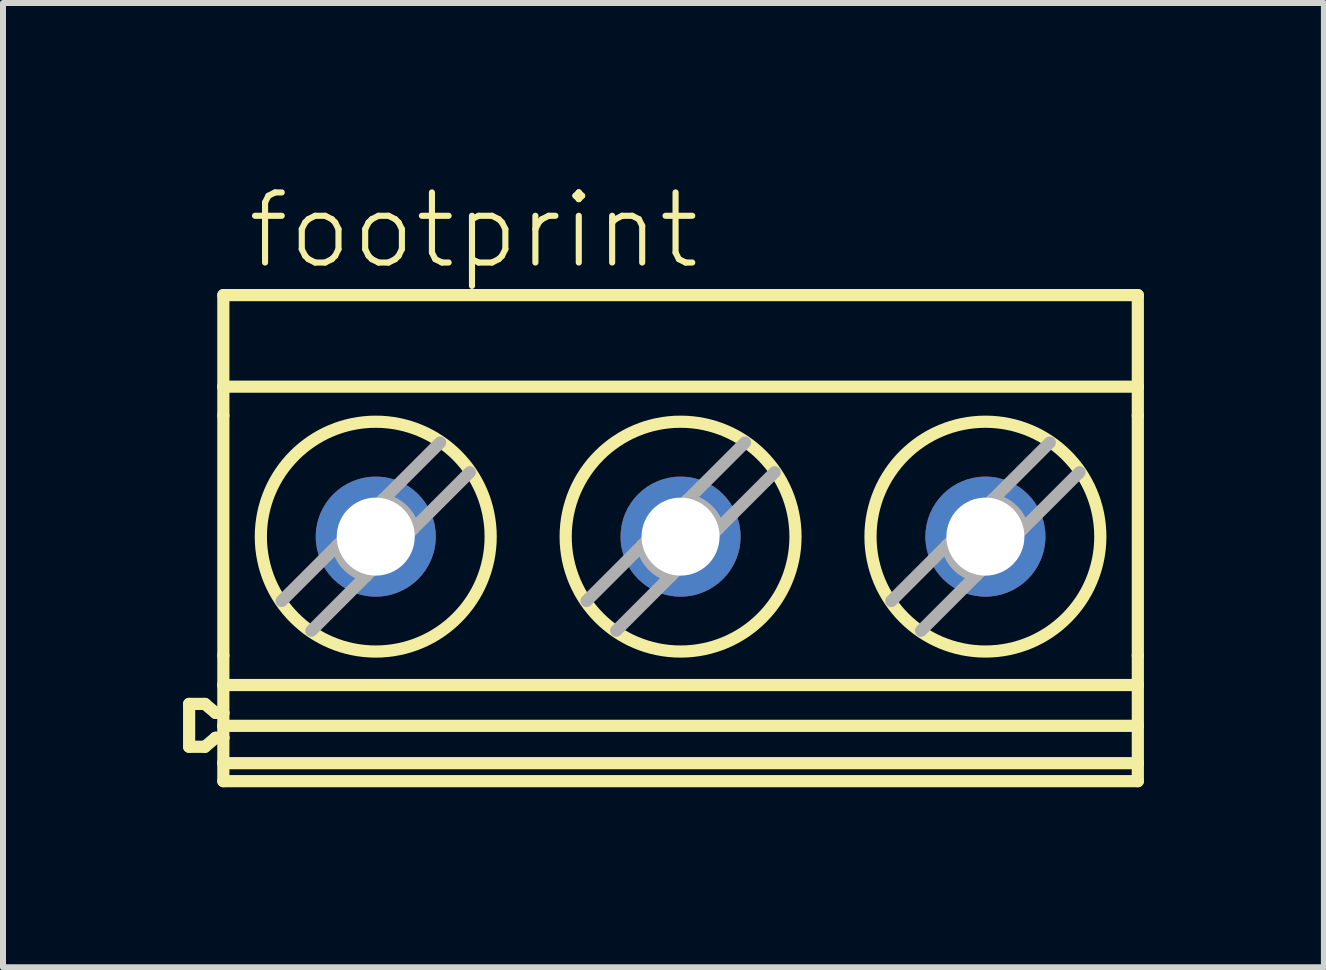
<source format=kicad_pcb>
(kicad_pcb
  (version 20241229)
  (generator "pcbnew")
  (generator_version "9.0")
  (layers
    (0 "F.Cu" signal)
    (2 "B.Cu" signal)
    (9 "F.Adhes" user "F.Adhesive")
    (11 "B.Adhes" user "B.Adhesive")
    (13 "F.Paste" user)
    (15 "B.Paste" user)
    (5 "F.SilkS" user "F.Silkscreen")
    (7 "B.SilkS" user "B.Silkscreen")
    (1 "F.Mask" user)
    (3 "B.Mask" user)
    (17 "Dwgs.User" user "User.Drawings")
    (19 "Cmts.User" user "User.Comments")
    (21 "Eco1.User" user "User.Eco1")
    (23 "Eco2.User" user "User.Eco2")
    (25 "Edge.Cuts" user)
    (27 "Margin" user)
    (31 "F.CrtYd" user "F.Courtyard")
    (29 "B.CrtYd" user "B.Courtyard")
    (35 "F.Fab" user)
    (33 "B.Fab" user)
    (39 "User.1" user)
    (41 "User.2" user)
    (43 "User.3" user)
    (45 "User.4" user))
  (footprint "footprint"
    (layer "F.Cu")
    (at 10.853 5.918)
    (property "Reference" "footprint" (at -9.831 -4.445 0) (layer "F.SilkS") (effects (font (size 1.168 1.168) (thickness 0.102)) (justify left bottom)))
    (fp_line (start -10.751 2.763) (end -10.751 3.477) (stroke (width 0.203) (type solid)) (layer "F.SilkS"))
    (fp_line (start -10.751 2.763) (end -10.488 2.763) (stroke (width 0.203) (type solid)) (layer "F.SilkS"))
    (fp_line (start -10.751 3.477) (end -10.488 3.477) (stroke (width 0.203) (type solid)) (layer "F.SilkS"))
    (fp_line (start -10.488 2.763) (end -10.31 2.913) (stroke (width 0.203) (type solid)) (layer "F.SilkS"))
    (fp_line (start -10.31 2.913) (end -10.181 2.913) (stroke (width 0.203) (type solid)) (layer "F.SilkS"))
    (fp_line (start -10.31 3.327) (end -10.488 3.477) (stroke (width 0.203) (type solid)) (layer "F.SilkS"))
    (fp_line (start -10.181 -4.05) (end 5.059 -4.05) (stroke (width 0.203) (type solid)) (layer "F.SilkS"))
    (fp_line (start -10.181 -2.524) (end -10.181 -4.05) (stroke (width 0.203) (type solid)) (layer "F.SilkS"))
    (fp_line (start -10.181 -2.524) (end -10.181 -2.041) (stroke (width 0.203) (type solid)) (layer "F.SilkS"))
    (fp_line (start -10.181 -2.524) (end 5.059 -2.524) (stroke (width 0.203) (type solid)) (layer "F.SilkS"))
    (fp_line (start -10.181 1.956) (end -10.181 -2.041) (stroke (width 0.203) (type solid)) (layer "F.SilkS"))
    (fp_line (start -10.181 1.956) (end -10.181 2.448) (stroke (width 0.203) (type solid)) (layer "F.SilkS"))
    (fp_line (start -10.181 2.913) (end -10.181 2.448) (stroke (width 0.203) (type solid)) (layer "F.SilkS"))
    (fp_line (start -10.181 3.128) (end -10.181 2.913) (stroke (width 0.203) (type solid)) (layer "F.SilkS"))
    (fp_line (start -10.181 3.128) (end 5.059 3.128) (stroke (width 0.203) (type solid)) (layer "F.SilkS"))
    (fp_line (start -10.181 3.327) (end -10.31 3.327) (stroke (width 0.203) (type solid)) (layer "F.SilkS"))
    (fp_line (start -10.181 3.327) (end -10.181 3.128) (stroke (width 0.203) (type solid)) (layer "F.SilkS"))
    (fp_line (start -10.181 3.75) (end -10.181 3.327) (stroke (width 0.203) (type solid)) (layer "F.SilkS"))
    (fp_line (start -10.181 3.75) (end -10.181 4.05) (stroke (width 0.203) (type solid)) (layer "F.SilkS"))
    (fp_line (start -10.181 4.05) (end 5.059 4.05) (stroke (width 0.203) (type solid)) (layer "F.SilkS"))
    (fp_line (start 5.059 -2.524) (end 5.059 -4.05) (stroke (width 0.203) (type solid)) (layer "F.SilkS"))
    (fp_line (start 5.059 -2.524) (end 5.059 -2.041) (stroke (width 0.203) (type solid)) (layer "F.SilkS"))
    (fp_line (start 5.059 1.956) (end 5.059 -2.041) (stroke (width 0.203) (type solid)) (layer "F.SilkS"))
    (fp_line (start 5.059 1.956) (end 5.059 2.448) (stroke (width 0.203) (type solid)) (layer "F.SilkS"))
    (fp_line (start 5.059 2.448) (end -10.181 2.448) (stroke (width 0.203) (type solid)) (layer "F.SilkS"))
    (fp_line (start 5.059 3.128) (end 5.059 2.448) (stroke (width 0.203) (type solid)) (layer "F.SilkS"))
    (fp_line (start 5.059 3.75) (end -10.181 3.75) (stroke (width 0.203) (type solid)) (layer "F.SilkS"))
    (fp_line (start 5.059 3.75) (end 5.059 3.128) (stroke (width 0.203) (type solid)) (layer "F.SilkS"))
    (fp_line (start 5.059 3.75) (end 5.059 4.05) (stroke (width 0.203) (type solid)) (layer "F.SilkS"))
    (fp_circle (center -7.641 -0.025) (end -5.726 -0.025) (stroke (width 0.203) (type solid)) (fill no) (layer "F.SilkS"))
    (fp_circle (center -2.561 -0.025) (end -0.646 -0.025) (stroke (width 0.203) (type solid)) (fill no) (layer "F.SilkS"))
    (fp_circle (center 2.519 -0.025) (end 4.434 -0.025) (stroke (width 0.203) (type solid)) (fill no) (layer "F.SilkS"))
    (fp_line (start -9.209 1.048) (end -8.28 0.119) (stroke (width 0.203) (type solid)) (layer "F.Fab"))
    (fp_line (start -8.28 0.119) (end -7.641 -0.52) (stroke (width 0.203) (type solid)) (layer "F.Fab"))
    (fp_line (start -7.801 0.63) (end -8.714 1.543) (stroke (width 0.203) (type solid)) (layer "F.Fab"))
    (fp_line (start -7.641 -0.52) (end -7.522 -0.639) (stroke (width 0.203) (type solid)) (layer "F.Fab"))
    (fp_line (start -7.641 0.47) (end -7.801 0.63) (stroke (width 0.203) (type solid)) (layer "F.Fab"))
    (fp_line (start -7.522 -0.639) (end -6.568 -1.593) (stroke (width 0.203) (type solid)) (layer "F.Fab"))
    (fp_line (start -7.011 -0.16) (end -7.641 0.47) (stroke (width 0.203) (type solid)) (layer "F.Fab"))
    (fp_line (start -6.073 -1.098) (end -7.011 -0.16) (stroke (width 0.203) (type solid)) (layer "F.Fab"))
    (fp_line (start -4.129 1.048) (end -3.2 0.119) (stroke (width 0.203) (type solid)) (layer "F.Fab"))
    (fp_line (start -3.2 0.119) (end -2.561 -0.52) (stroke (width 0.203) (type solid)) (layer "F.Fab"))
    (fp_line (start -2.721 0.63) (end -3.634 1.543) (stroke (width 0.203) (type solid)) (layer "F.Fab"))
    (fp_line (start -2.561 -0.52) (end -2.442 -0.639) (stroke (width 0.203) (type solid)) (layer "F.Fab"))
    (fp_line (start -2.561 0.47) (end -2.721 0.63) (stroke (width 0.203) (type solid)) (layer "F.Fab"))
    (fp_line (start -2.442 -0.639) (end -1.488 -1.593) (stroke (width 0.203) (type solid)) (layer "F.Fab"))
    (fp_line (start -1.931 -0.16) (end -2.561 0.47) (stroke (width 0.203) (type solid)) (layer "F.Fab"))
    (fp_line (start -0.993 -1.098) (end -1.931 -0.16) (stroke (width 0.203) (type solid)) (layer "F.Fab"))
    (fp_line (start 0.951 1.048) (end 1.88 0.119) (stroke (width 0.203) (type solid)) (layer "F.Fab"))
    (fp_line (start 1.88 0.119) (end 2.519 -0.52) (stroke (width 0.203) (type solid)) (layer "F.Fab"))
    (fp_line (start 2.359 0.63) (end 1.446 1.543) (stroke (width 0.203) (type solid)) (layer "F.Fab"))
    (fp_line (start 2.519 -0.52) (end 2.638 -0.639) (stroke (width 0.203) (type solid)) (layer "F.Fab"))
    (fp_line (start 2.519 0.47) (end 2.359 0.63) (stroke (width 0.203) (type solid)) (layer "F.Fab"))
    (fp_line (start 2.638 -0.639) (end 3.592 -1.593) (stroke (width 0.203) (type solid)) (layer "F.Fab"))
    (fp_line (start 3.149 -0.16) (end 2.519 0.47) (stroke (width 0.203) (type solid)) (layer "F.Fab"))
    (fp_line (start 4.087 -1.098) (end 3.149 -0.16) (stroke (width 0.203) (type solid)) (layer "F.Fab"))
    (fp_arc (start -7.801099 0.63) (mid -8.115315 0.444537) (end -8.2801 0.119) (stroke (width 0.2032) (type solid)) (layer "F.Fab"))
    (fp_arc (start -7.5221 -0.639) (mid -7.196563 -0.474216) (end -7.0111 -0.16) (stroke (width 0.2032) (type solid)) (layer "F.Fab"))
    (fp_arc (start -2.721099 0.63) (mid -3.035315 0.444537) (end -3.2001 0.119) (stroke (width 0.2032) (type solid)) (layer "F.Fab"))
    (fp_arc (start -2.4421 -0.639) (mid -2.116563 -0.474216) (end -1.9311 -0.16) (stroke (width 0.2032) (type solid)) (layer "F.Fab"))
    (fp_arc (start 2.3589 0.629999) (mid 2.044684 0.444536) (end 1.8799 0.119) (stroke (width 0.2032) (type solid)) (layer "F.Fab"))
    (fp_arc (start 2.6379 -0.639001) (mid 2.963437 -0.474216) (end 3.1489 -0.16) (stroke (width 0.2032) (type solid)) (layer "F.Fab"))
    (pad "1" thru_hole circle (at -7.641 -0.025) (size 2 2) (drill 1.3) (layers "*.Cu" "*.Mask"))
    (pad "2" thru_hole circle (at -2.561 -0.025) (size 2 2) (drill 1.3) (layers "*.Cu" "*.Mask"))
    (pad "3" thru_hole circle (at 2.519 -0.025) (size 2 2) (drill 1.3) (layers "*.Cu" "*.Mask")))
  (gr_rect
    (start -3 -3)
    (end 19.013 13.07)
    (stroke (width 0.1) (type default))
    (fill no)
    (layer "Edge.Cuts")))
</source>
